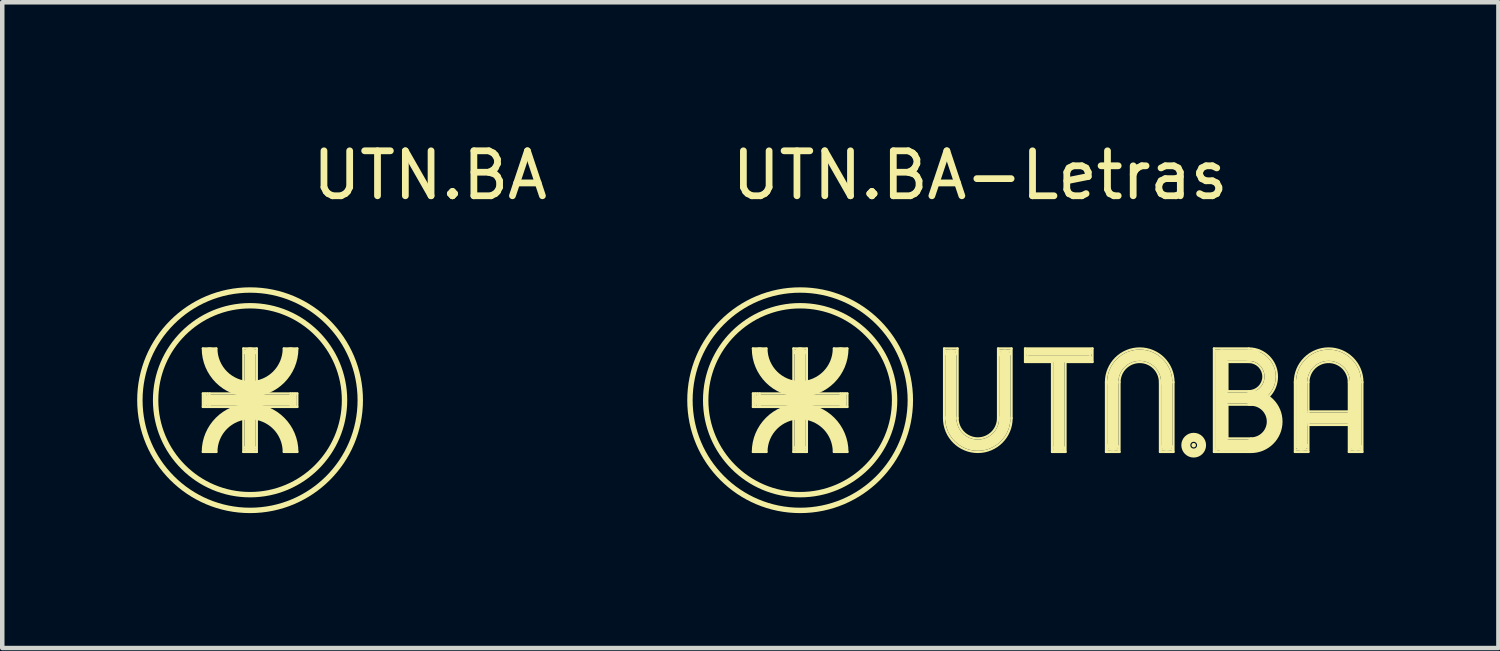
<source format=kicad_pcb>
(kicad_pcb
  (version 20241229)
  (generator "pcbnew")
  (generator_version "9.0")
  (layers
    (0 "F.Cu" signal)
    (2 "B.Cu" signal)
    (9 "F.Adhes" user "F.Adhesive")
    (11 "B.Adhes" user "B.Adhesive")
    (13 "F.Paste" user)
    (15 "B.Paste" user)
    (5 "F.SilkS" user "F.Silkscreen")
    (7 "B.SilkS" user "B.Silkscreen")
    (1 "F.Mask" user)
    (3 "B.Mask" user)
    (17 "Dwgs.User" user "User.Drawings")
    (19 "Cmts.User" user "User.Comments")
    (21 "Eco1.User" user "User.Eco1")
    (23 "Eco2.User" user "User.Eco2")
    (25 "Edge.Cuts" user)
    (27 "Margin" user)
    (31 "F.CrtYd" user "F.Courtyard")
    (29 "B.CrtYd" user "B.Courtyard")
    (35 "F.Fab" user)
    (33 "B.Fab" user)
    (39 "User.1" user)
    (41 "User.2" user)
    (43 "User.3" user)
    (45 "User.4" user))
  (footprint "UTN.BA-Letras"
    (layer "F.Cu")
    (at 14.74 5.848)
    (property "Reference" "UTN.BA-Letras" (at 4 -5 0) (layer "F.SilkS") (effects (font (size 1 1) (thickness 0.15))))
    (attr through_hole)
    (fp_line (start -1.05 -1.15) (end -0.75 -1.15) (stroke (width 0.05) (type solid)) (layer "F.SilkS"))
    (fp_line (start -1.05 -0.15) (end -1.05 0.15) (stroke (width 0.05) (type solid)) (layer "F.SilkS"))
    (fp_line (start -1.05 0.15) (end 0.2 0.15) (stroke (width 0.05) (type solid)) (layer "F.SilkS"))
    (fp_line (start -1.05 1.15) (end -0.75 1.15) (stroke (width 0.05) (type solid)) (layer "F.SilkS"))
    (fp_line (start -1 -0.15) (end -1 0.15) (stroke (width 0.05) (type solid)) (layer "F.SilkS"))
    (fp_line (start -0.95 0.15) (end -0.95 -0.15) (stroke (width 0.05) (type solid)) (layer "F.SilkS"))
    (fp_line (start -0.9 -0.15) (end -0.9 0.15) (stroke (width 0.05) (type solid)) (layer "F.SilkS"))
    (fp_line (start -0.9 0) (end 0.9 0) (stroke (width 0.25) (type solid)) (layer "F.SilkS"))
    (fp_line (start -0.16 0.15) (end -0.15 0.15) (stroke (width 0.05) (type solid)) (layer "F.SilkS"))
    (fp_line (start -0.15 -1.15) (end -0.15 0.2) (stroke (width 0.05) (type solid)) (layer "F.SilkS"))
    (fp_line (start -0.15 -1.15) (end 0.15 -1.15) (stroke (width 0.05) (type solid)) (layer "F.SilkS"))
    (fp_line (start -0.15 0.15) (end -0.15 1.15) (stroke (width 0.05) (type solid)) (layer "F.SilkS"))
    (fp_line (start -0.15 1.15) (end 0.15 1.15) (stroke (width 0.05) (type solid)) (layer "F.SilkS"))
    (fp_line (start -0.125 -1.1) (end 0.125 -1.1) (stroke (width 0.05) (type solid)) (layer "F.SilkS"))
    (fp_line (start -0.125 -1.05) (end 0.125 -1.05) (stroke (width 0.05) (type solid)) (layer "F.SilkS"))
    (fp_line (start -0.125 1.05) (end 0.125 1.05) (stroke (width 0.05) (type solid)) (layer "F.SilkS"))
    (fp_line (start -0.125 1.1) (end 0.125 1.1) (stroke (width 0.05) (type solid)) (layer "F.SilkS"))
    (fp_line (start 0 -1.05) (end 0 1.05) (stroke (width 0.25) (type solid)) (layer "F.SilkS"))
    (fp_line (start 0.15 -1.15) (end 0.15 0.25) (stroke (width 0.05) (type solid)) (layer "F.SilkS"))
    (fp_line (start 0.15 0.15) (end 1.05 0.15) (stroke (width 0.05) (type solid)) (layer "F.SilkS"))
    (fp_line (start 0.15 1.15) (end 0.15 0.15) (stroke (width 0.05) (type solid)) (layer "F.SilkS"))
    (fp_line (start 0.9 -0.15) (end 0.9 0.15) (stroke (width 0.05) (type solid)) (layer "F.SilkS"))
    (fp_line (start 0.95 -0.15) (end 0.95 0.15) (stroke (width 0.05) (type solid)) (layer "F.SilkS"))
    (fp_line (start 1 -0.15) (end 1 0.15) (stroke (width 0.05) (type solid)) (layer "F.SilkS"))
    (fp_line (start 1.05 -1.15) (end 0.75 -1.15) (stroke (width 0.05) (type solid)) (layer "F.SilkS"))
    (fp_line (start 1.05 -0.15) (end -1.05 -0.15) (stroke (width 0.05) (type solid)) (layer "F.SilkS"))
    (fp_line (start 1.05 0.15) (end 1.05 -0.15) (stroke (width 0.05) (type solid)) (layer "F.SilkS"))
    (fp_line (start 1.05 1.15) (end 0.75 1.15) (stroke (width 0.05) (type solid)) (layer "F.SilkS"))
    (fp_line (start 3.2 -1.15) (end 3.2 0.4) (stroke (width 0.05) (type solid)) (layer "F.SilkS"))
    (fp_line (start 3.2 -1.15) (end 3.5 -1.15) (stroke (width 0.05) (type solid)) (layer "F.SilkS"))
    (fp_line (start 3.225 -1.1) (end 3.475 -1.1) (stroke (width 0.05) (type solid)) (layer "F.SilkS"))
    (fp_line (start 3.225 -1.025) (end 3.225 -1.1) (stroke (width 0.05) (type solid)) (layer "F.SilkS"))
    (fp_line (start 3.35 0.4) (end 3.35 -1) (stroke (width 0.25) (type solid)) (layer "F.SilkS"))
    (fp_line (start 3.475 -1.1) (end 3.475 -1.025) (stroke (width 0.05) (type solid)) (layer "F.SilkS"))
    (fp_line (start 3.5 -1.15) (end 3.5 0.4) (stroke (width 0.05) (type solid)) (layer "F.SilkS"))
    (fp_line (start 4.4 -1.15) (end 4.4 0.4) (stroke (width 0.05) (type solid)) (layer "F.SilkS"))
    (fp_line (start 4.4 -1.15) (end 4.7 -1.15) (stroke (width 0.05) (type solid)) (layer "F.SilkS"))
    (fp_line (start 4.425 -1.1) (end 4.675 -1.1) (stroke (width 0.05) (type solid)) (layer "F.SilkS"))
    (fp_line (start 4.425 -1) (end 4.425 -1.1) (stroke (width 0.05) (type solid)) (layer "F.SilkS"))
    (fp_line (start 4.55 0.4) (end 4.55 -1) (stroke (width 0.25) (type solid)) (layer "F.SilkS"))
    (fp_line (start 4.675 -1.1) (end 4.675 -1.025) (stroke (width 0.05) (type solid)) (layer "F.SilkS"))
    (fp_line (start 4.7 -1.15) (end 4.7 0.4) (stroke (width 0.05) (type solid)) (layer "F.SilkS"))
    (fp_line (start 5 -1.15) (end 5 -0.85) (stroke (width 0.05) (type solid)) (layer "F.SilkS"))
    (fp_line (start 5 -1.15) (end 6.5 -1.15) (stroke (width 0.05) (type solid)) (layer "F.SilkS"))
    (fp_line (start 5 -0.85) (end 5.6 -0.85) (stroke (width 0.05) (type solid)) (layer "F.SilkS"))
    (fp_line (start 5.05 -1.05) (end 5.05 -0.95) (stroke (width 0.05) (type solid)) (layer "F.SilkS"))
    (fp_line (start 5.075 -1.075) (end 6.425 -1.075) (stroke (width 0.15) (type solid)) (layer "F.SilkS"))
    (fp_line (start 5.6 -0.85) (end 5.6 1.15) (stroke (width 0.05) (type solid)) (layer "F.SilkS"))
    (fp_line (start 5.6 1.15) (end 5.9 1.15) (stroke (width 0.05) (type solid)) (layer "F.SilkS"))
    (fp_line (start 5.65 1.05) (end 5.65 1.125) (stroke (width 0.05) (type solid)) (layer "F.SilkS"))
    (fp_line (start 5.65 1.125) (end 5.875 1.125) (stroke (width 0.05) (type solid)) (layer "F.SilkS"))
    (fp_line (start 5.7 -0.85) (end 5.7 1.05) (stroke (width 0.15) (type solid)) (layer "F.SilkS"))
    (fp_line (start 5.8 1.05) (end 5.8 -0.85) (stroke (width 0.15) (type solid)) (layer "F.SilkS"))
    (fp_line (start 5.875 1.125) (end 5.875 1.05) (stroke (width 0.05) (type solid)) (layer "F.SilkS"))
    (fp_line (start 5.9 -0.85) (end 6.5 -0.85) (stroke (width 0.05) (type solid)) (layer "F.SilkS"))
    (fp_line (start 5.9 1.15) (end 5.9 -0.85) (stroke (width 0.05) (type solid)) (layer "F.SilkS"))
    (fp_line (start 6.425 -0.925) (end 5.075 -0.925) (stroke (width 0.15) (type solid)) (layer "F.SilkS"))
    (fp_line (start 6.45 -1.075) (end 6.45 -0.95) (stroke (width 0.05) (type solid)) (layer "F.SilkS"))
    (fp_line (start 6.5 -1.15) (end 6.5 -0.85) (stroke (width 0.05) (type solid)) (layer "F.SilkS"))
    (fp_line (start 6.8 1.15) (end 6.8 -0.4) (stroke (width 0.05) (type solid)) (layer "F.SilkS"))
    (fp_line (start 6.825 1) (end 6.825 1.1) (stroke (width 0.05) (type solid)) (layer "F.SilkS"))
    (fp_line (start 6.825 1.1) (end 7.075 1.1) (stroke (width 0.05) (type solid)) (layer "F.SilkS"))
    (fp_line (start 6.95 -0.4) (end 6.95 1) (stroke (width 0.25) (type solid)) (layer "F.SilkS"))
    (fp_line (start 7.075 1.1) (end 7.075 1.025) (stroke (width 0.05) (type solid)) (layer "F.SilkS"))
    (fp_line (start 7.1 1.15) (end 6.8 1.15) (stroke (width 0.05) (type solid)) (layer "F.SilkS"))
    (fp_line (start 7.1 1.15) (end 7.1 -0.4) (stroke (width 0.05) (type solid)) (layer "F.SilkS"))
    (fp_line (start 8 1.15) (end 8 -0.4) (stroke (width 0.05) (type solid)) (layer "F.SilkS"))
    (fp_line (start 8.025 1.025) (end 8.025 1.1) (stroke (width 0.05) (type solid)) (layer "F.SilkS"))
    (fp_line (start 8.025 1.1) (end 8.275 1.1) (stroke (width 0.05) (type solid)) (layer "F.SilkS"))
    (fp_line (start 8.15 -0.4) (end 8.15 1) (stroke (width 0.25) (type solid)) (layer "F.SilkS"))
    (fp_line (start 8.275 1.1) (end 8.275 1.025) (stroke (width 0.05) (type solid)) (layer "F.SilkS"))
    (fp_line (start 8.3 1.15) (end 8 1.15) (stroke (width 0.05) (type solid)) (layer "F.SilkS"))
    (fp_line (start 8.3 1.15) (end 8.3 -0.4) (stroke (width 0.05) (type solid)) (layer "F.SilkS"))
    (fp_line (start 9.2 -1.15) (end 9.975 -1.15) (stroke (width 0.05) (type solid)) (layer "F.SilkS"))
    (fp_line (start 9.2 1.15) (end 9.2 -1.15) (stroke (width 0.05) (type solid)) (layer "F.SilkS"))
    (fp_line (start 9.225 -1.1) (end 10.2 -1.1) (stroke (width 0.05) (type solid)) (layer "F.SilkS"))
    (fp_line (start 9.25 -1.075) (end 9.25 1.125) (stroke (width 0.05) (type solid)) (layer "F.SilkS"))
    (fp_line (start 9.25 1.1) (end 10.25 1.1) (stroke (width 0.05) (type solid)) (layer "F.SilkS"))
    (fp_line (start 9.375 -1) (end 9.375 1) (stroke (width 0.25) (type solid)) (layer "F.SilkS"))
    (fp_line (start 9.375 1) (end 10 1) (stroke (width 0.25) (type solid)) (layer "F.SilkS"))
    (fp_line (start 9.5 -0.85) (end 9.5 -0.2) (stroke (width 0.05) (type solid)) (layer "F.SilkS"))
    (fp_line (start 9.5 -0.85) (end 9.975 -0.85) (stroke (width 0.05) (type solid)) (layer "F.SilkS"))
    (fp_line (start 9.5 -0.2) (end 10.025 -0.2) (stroke (width 0.05) (type solid)) (layer "F.SilkS"))
    (fp_line (start 9.5 0.1) (end 10.025 0.1) (stroke (width 0.05) (type solid)) (layer "F.SilkS"))
    (fp_line (start 9.5 0.85) (end 9.5 0.1) (stroke (width 0.05) (type solid)) (layer "F.SilkS"))
    (fp_line (start 9.5 0.85) (end 10.025 0.85) (stroke (width 0.05) (type solid)) (layer "F.SilkS"))
    (fp_line (start 9.5 1.15) (end 9.2 1.15) (stroke (width 0.05) (type solid)) (layer "F.SilkS"))
    (fp_line (start 9.5 1.15) (end 10.025 1.15) (stroke (width 0.05) (type solid)) (layer "F.SilkS"))
    (fp_line (start 9.975 -1) (end 9.375 -1) (stroke (width 0.25) (type solid)) (layer "F.SilkS"))
    (fp_line (start 9.975 -0.05) (end 9.5 -0.05) (stroke (width 0.25) (type solid)) (layer "F.SilkS"))
    (fp_line (start 11 1.15) (end 11 -0.4) (stroke (width 0.05) (type solid)) (layer "F.SilkS"))
    (fp_line (start 11.025 1) (end 11.275 1) (stroke (width 0.05) (type solid)) (layer "F.SilkS"))
    (fp_line (start 11.025 1.1) (end 11.275 1.1) (stroke (width 0.05) (type solid)) (layer "F.SilkS"))
    (fp_line (start 11.15 -0.4) (end 11.15 1) (stroke (width 0.25) (type solid)) (layer "F.SilkS"))
    (fp_line (start 11.275 1.05) (end 11.025 1.05) (stroke (width 0.05) (type solid)) (layer "F.SilkS"))
    (fp_line (start 11.3 0.4) (end 12.225 0.4) (stroke (width 0.25) (type solid)) (layer "F.SilkS"))
    (fp_line (start 11.3 0.55) (end 12.2 0.55) (stroke (width 0.05) (type solid)) (layer "F.SilkS"))
    (fp_line (start 11.3 1.15) (end 11 1.15) (stroke (width 0.05) (type solid)) (layer "F.SilkS"))
    (fp_line (start 11.3 1.15) (end 11.3 -0.4) (stroke (width 0.05) (type solid)) (layer "F.SilkS"))
    (fp_line (start 12.2 0.25) (end 11.3 0.25) (stroke (width 0.05) (type solid)) (layer "F.SilkS"))
    (fp_line (start 12.2 1.15) (end 12.2 -0.4) (stroke (width 0.05) (type solid)) (layer "F.SilkS"))
    (fp_line (start 12.225 1) (end 12.225 1.1) (stroke (width 0.05) (type solid)) (layer "F.SilkS"))
    (fp_line (start 12.225 1.1) (end 12.45 1.1) (stroke (width 0.05) (type solid)) (layer "F.SilkS"))
    (fp_line (start 12.35 -0.4) (end 12.35 1) (stroke (width 0.25) (type solid)) (layer "F.SilkS"))
    (fp_line (start 12.45 1.1) (end 12.475 1.1) (stroke (width 0.05) (type solid)) (layer "F.SilkS"))
    (fp_line (start 12.475 1.1) (end 12.475 1.025) (stroke (width 0.05) (type solid)) (layer "F.SilkS"))
    (fp_line (start 12.5 1.15) (end 12.2 1.15) (stroke (width 0.05) (type solid)) (layer "F.SilkS"))
    (fp_line (start 12.5 1.15) (end 12.5 -0.4) (stroke (width 0.05) (type solid)) (layer "F.SilkS"))
    (fp_arc (start -1.05 1.15) (mid 0 0.1) (end 1.05 1.15) (stroke (width 0.05) (type solid)) (layer "F.SilkS"))
    (fp_arc (start -1.00002 1.100432) (mid -0.000216 0.148752) (end 0.999999 1.100001) (stroke (width 0.1) (type solid)) (layer "F.SilkS"))
    (fp_arc (start -0.899965 1.049691) (mid 0.000156 0.244462) (end 0.899999 1.050001) (stroke (width 0.25) (type solid)) (layer "F.SilkS"))
    (fp_arc (start -0.799957 1.099338) (mid 0.000332 0.34844) (end 0.799999 1.100001) (stroke (width 0.1) (type solid)) (layer "F.SilkS"))
    (fp_arc (start -0.75 1.15) (mid 0 0.4) (end 0.75 1.15) (stroke (width 0.05) (type solid)) (layer "F.SilkS"))
    (fp_arc (start 0.75 -1.15) (mid 0 -0.4) (end -0.75 -1.15) (stroke (width 0.05) (type solid)) (layer "F.SilkS"))
    (fp_arc (start 0.799957 -1.099338) (mid -0.000332 -0.34844) (end -0.799999 -1.100001) (stroke (width 0.1) (type solid)) (layer "F.SilkS"))
    (fp_arc (start 0.899965 -1.049691) (mid -0.000156 -0.244462) (end -0.899999 -1.050001) (stroke (width 0.25) (type solid)) (layer "F.SilkS"))
    (fp_arc (start 1.00002 -1.100432) (mid 0.000216 -0.148752) (end -0.999999 -1.100001) (stroke (width 0.1) (type solid)) (layer "F.SilkS"))
    (fp_arc (start 1.05 -1.15) (mid 0 -0.1) (end -1.05 -1.15) (stroke (width 0.05) (type solid)) (layer "F.SilkS"))
    (fp_arc (start 4.4 0.4) (mid 3.95 0.85) (end 3.5 0.4) (stroke (width 0.05) (type solid)) (layer "F.SilkS"))
    (fp_arc (start 4.55 0.4) (mid 3.95 1) (end 3.35 0.4) (stroke (width 0.25) (type solid)) (layer "F.SilkS"))
    (fp_arc (start 4.7 0.4) (mid 3.95 1.15) (end 3.2 0.4) (stroke (width 0.05) (type solid)) (layer "F.SilkS"))
    (fp_arc (start 6.8 -0.4) (mid 7.55 -1.15) (end 8.3 -0.4) (stroke (width 0.05) (type solid)) (layer "F.SilkS"))
    (fp_arc (start 6.95 -0.4) (mid 7.55 -1) (end 8.15 -0.4) (stroke (width 0.25) (type solid)) (layer "F.SilkS"))
    (fp_arc (start 7.1 -0.4) (mid 7.55 -0.85) (end 8 -0.4) (stroke (width 0.05) (type solid)) (layer "F.SilkS"))
    (fp_arc (start 9.975 -1.15) (mid 10.6 -0.525) (end 9.975 0.1) (stroke (width 0.05) (type solid)) (layer "F.SilkS"))
    (fp_arc (start 9.975 -1) (mid 10.45 -0.525) (end 9.975 -0.05) (stroke (width 0.25) (type solid)) (layer "F.SilkS"))
    (fp_arc (start 9.975 -0.85) (mid 10.3 -0.525) (end 9.975 -0.2) (stroke (width 0.05) (type solid)) (layer "F.SilkS"))
    (fp_arc (start 10.025 -0.2) (mid 10.7 0.475) (end 10.025 1.15) (stroke (width 0.05) (type solid)) (layer "F.SilkS"))
    (fp_arc (start 10.025 -0.05) (mid 10.55 0.475) (end 10.025 1) (stroke (width 0.28) (type solid)) (layer "F.SilkS"))
    (fp_arc (start 10.025 0.1) (mid 10.4 0.475) (end 10.025 0.85) (stroke (width 0.05) (type solid)) (layer "F.SilkS"))
    (fp_arc (start 11 -0.4) (mid 11.75 -1.15) (end 12.5 -0.4) (stroke (width 0.05) (type solid)) (layer "F.SilkS"))
    (fp_arc (start 11.15 -0.4) (mid 11.75 -1) (end 12.35 -0.4) (stroke (width 0.25) (type solid)) (layer "F.SilkS"))
    (fp_arc (start 11.3 -0.4) (mid 11.75 -0.85) (end 12.2 -0.4) (stroke (width 0.05) (type solid)) (layer "F.SilkS"))
    (fp_circle (center 0 0) (end 2.1 0) (stroke (width 0.12) (type solid)) (fill no) (layer "F.SilkS"))
    (fp_circle (center 0 0) (end 2.45 0) (stroke (width 0.12) (type solid)) (fill no) (layer "F.SilkS"))
    (fp_circle (center 8.75 1) (end 8.775 1) (stroke (width 0.05) (type solid)) (fill no) (layer "F.SilkS"))
    (fp_circle (center 8.75 1) (end 8.825 1) (stroke (width 0.2) (type solid)) (fill no) (layer "F.SilkS"))
    (fp_circle (center 8.75 1) (end 8.9 1) (stroke (width 0.05) (type solid)) (fill no) (layer "F.SilkS")))
  (footprint "UTN.BA"
    (layer "F.Cu")
    (at 2.51 5.848)
    (property "Reference" "UTN.BA" (at 4 -5 0) (layer "F.SilkS") (effects (font (size 1 1) (thickness 0.15))))
    (attr through_hole)
    (fp_line (start -1.05 -1.15) (end -0.75 -1.15) (stroke (width 0.05) (type solid)) (layer "F.SilkS"))
    (fp_line (start -1.05 -0.15) (end -1.05 0.15) (stroke (width 0.05) (type solid)) (layer "F.SilkS"))
    (fp_line (start -1.05 0.15) (end 0.2 0.15) (stroke (width 0.05) (type solid)) (layer "F.SilkS"))
    (fp_line (start -1.05 1.15) (end -0.75 1.15) (stroke (width 0.05) (type solid)) (layer "F.SilkS"))
    (fp_line (start -1 -0.15) (end -1 0.15) (stroke (width 0.05) (type solid)) (layer "F.SilkS"))
    (fp_line (start -0.95 0.15) (end -0.95 -0.15) (stroke (width 0.05) (type solid)) (layer "F.SilkS"))
    (fp_line (start -0.9 -0.15) (end -0.9 0.15) (stroke (width 0.05) (type solid)) (layer "F.SilkS"))
    (fp_line (start -0.9 0) (end 0.9 0) (stroke (width 0.25) (type solid)) (layer "F.SilkS"))
    (fp_line (start -0.16 0.15) (end -0.15 0.15) (stroke (width 0.05) (type solid)) (layer "F.SilkS"))
    (fp_line (start -0.15 -1.15) (end -0.15 0.2) (stroke (width 0.05) (type solid)) (layer "F.SilkS"))
    (fp_line (start -0.15 -1.15) (end 0.15 -1.15) (stroke (width 0.05) (type solid)) (layer "F.SilkS"))
    (fp_line (start -0.15 0.15) (end -0.15 1.15) (stroke (width 0.05) (type solid)) (layer "F.SilkS"))
    (fp_line (start -0.15 1.15) (end 0.15 1.15) (stroke (width 0.05) (type solid)) (layer "F.SilkS"))
    (fp_line (start -0.125 -1.1) (end 0.125 -1.1) (stroke (width 0.05) (type solid)) (layer "F.SilkS"))
    (fp_line (start -0.125 -1.05) (end 0.125 -1.05) (stroke (width 0.05) (type solid)) (layer "F.SilkS"))
    (fp_line (start -0.125 1.05) (end 0.125 1.05) (stroke (width 0.05) (type solid)) (layer "F.SilkS"))
    (fp_line (start -0.125 1.1) (end 0.125 1.1) (stroke (width 0.05) (type solid)) (layer "F.SilkS"))
    (fp_line (start 0 -1.05) (end 0 1.05) (stroke (width 0.25) (type solid)) (layer "F.SilkS"))
    (fp_line (start 0.15 -1.15) (end 0.15 0.25) (stroke (width 0.05) (type solid)) (layer "F.SilkS"))
    (fp_line (start 0.15 0.15) (end 1.05 0.15) (stroke (width 0.05) (type solid)) (layer "F.SilkS"))
    (fp_line (start 0.15 1.15) (end 0.15 0.15) (stroke (width 0.05) (type solid)) (layer "F.SilkS"))
    (fp_line (start 0.9 -0.15) (end 0.9 0.15) (stroke (width 0.05) (type solid)) (layer "F.SilkS"))
    (fp_line (start 0.95 -0.15) (end 0.95 0.15) (stroke (width 0.05) (type solid)) (layer "F.SilkS"))
    (fp_line (start 1 -0.15) (end 1 0.15) (stroke (width 0.05) (type solid)) (layer "F.SilkS"))
    (fp_line (start 1.05 -1.15) (end 0.75 -1.15) (stroke (width 0.05) (type solid)) (layer "F.SilkS"))
    (fp_line (start 1.05 -0.15) (end -1.05 -0.15) (stroke (width 0.05) (type solid)) (layer "F.SilkS"))
    (fp_line (start 1.05 0.15) (end 1.05 -0.15) (stroke (width 0.05) (type solid)) (layer "F.SilkS"))
    (fp_line (start 1.05 1.15) (end 0.75 1.15) (stroke (width 0.05) (type solid)) (layer "F.SilkS"))
    (fp_arc (start -1.05 1.15) (mid 0 0.1) (end 1.05 1.15) (stroke (width 0.05) (type solid)) (layer "F.SilkS"))
    (fp_arc (start -1.00002 1.100432) (mid -0.000216 0.148752) (end 0.999999 1.100001) (stroke (width 0.1) (type solid)) (layer "F.SilkS"))
    (fp_arc (start -0.899965 1.049691) (mid 0.000156 0.244462) (end 0.899999 1.050001) (stroke (width 0.25) (type solid)) (layer "F.SilkS"))
    (fp_arc (start -0.799957 1.099338) (mid 0.000332 0.34844) (end 0.799999 1.100001) (stroke (width 0.1) (type solid)) (layer "F.SilkS"))
    (fp_arc (start -0.75 1.15) (mid 0 0.4) (end 0.75 1.15) (stroke (width 0.05) (type solid)) (layer "F.SilkS"))
    (fp_arc (start 0.75 -1.15) (mid 0 -0.4) (end -0.75 -1.15) (stroke (width 0.05) (type solid)) (layer "F.SilkS"))
    (fp_arc (start 0.799957 -1.099338) (mid -0.000332 -0.34844) (end -0.799999 -1.100001) (stroke (width 0.1) (type solid)) (layer "F.SilkS"))
    (fp_arc (start 0.899965 -1.049691) (mid -0.000156 -0.244462) (end -0.899999 -1.050001) (stroke (width 0.25) (type solid)) (layer "F.SilkS"))
    (fp_arc (start 1.00002 -1.100432) (mid 0.000216 -0.148752) (end -0.999999 -1.100001) (stroke (width 0.1) (type solid)) (layer "F.SilkS"))
    (fp_arc (start 1.05 -1.15) (mid 0 -0.1) (end -1.05 -1.15) (stroke (width 0.05) (type solid)) (layer "F.SilkS"))
    (fp_circle (center 0 0) (end 2.1 0) (stroke (width 0.12) (type solid)) (fill no) (layer "F.SilkS"))
    (fp_circle (center 0 0) (end 2.45 0) (stroke (width 0.12) (type solid)) (fill no) (layer "F.SilkS")))
  (gr_rect
    (start -3 -3)
    (end 30.265 11.358)
    (stroke (width 0.1) (type default))
    (fill no)
    (layer "Edge.Cuts")))
</source>
